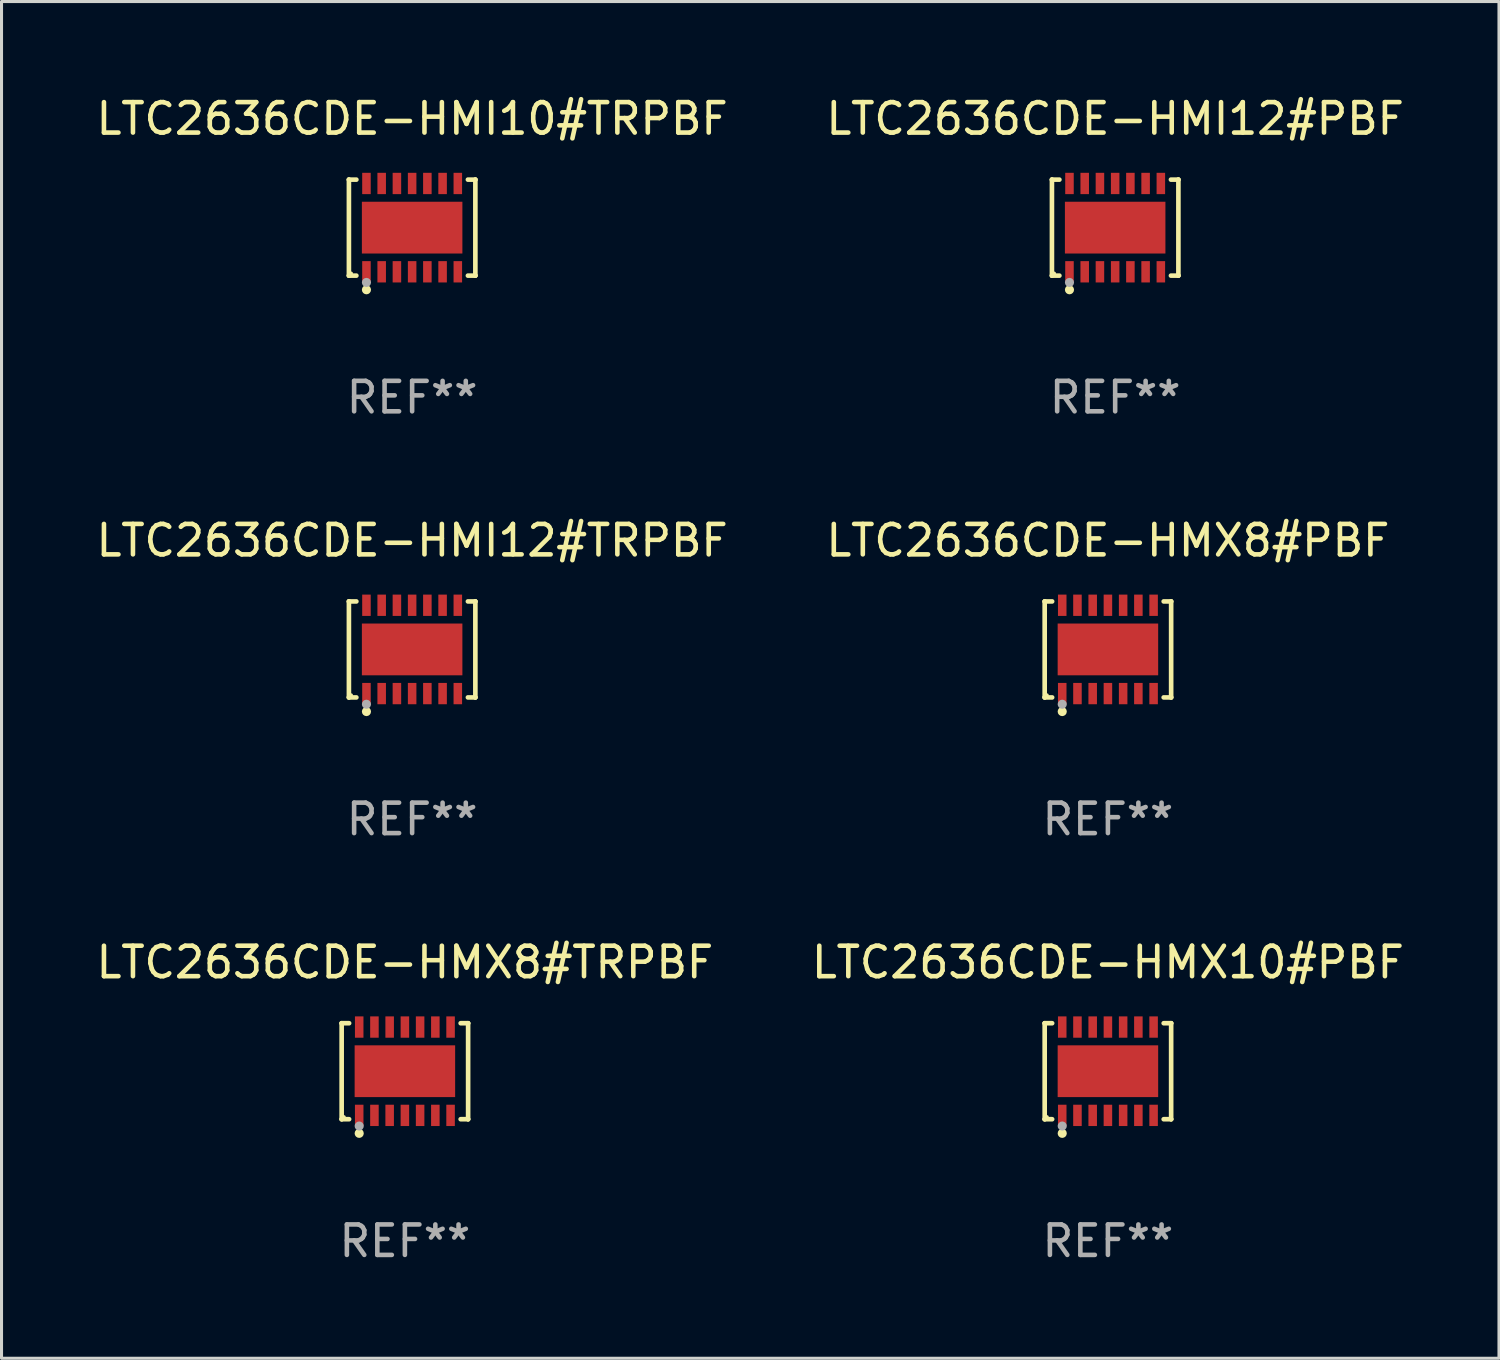
<source format=kicad_pcb>
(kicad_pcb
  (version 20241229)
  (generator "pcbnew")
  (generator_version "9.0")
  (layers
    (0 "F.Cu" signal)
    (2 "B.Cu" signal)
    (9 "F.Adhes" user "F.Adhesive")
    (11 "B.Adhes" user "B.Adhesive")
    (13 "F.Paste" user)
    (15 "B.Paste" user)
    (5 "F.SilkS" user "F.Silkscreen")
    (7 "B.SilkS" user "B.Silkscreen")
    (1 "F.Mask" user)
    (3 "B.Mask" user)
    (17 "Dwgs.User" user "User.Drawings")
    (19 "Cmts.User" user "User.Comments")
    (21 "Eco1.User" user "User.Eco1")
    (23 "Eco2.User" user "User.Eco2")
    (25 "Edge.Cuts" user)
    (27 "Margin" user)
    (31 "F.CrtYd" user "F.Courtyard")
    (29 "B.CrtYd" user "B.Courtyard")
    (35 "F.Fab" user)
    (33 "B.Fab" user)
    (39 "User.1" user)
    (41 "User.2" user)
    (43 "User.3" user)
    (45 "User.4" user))
  (footprint "LTC2636CDE-HMX8#PBF"
    (layer "F.Cu")
    (at 33.327 18.273)
    (property "Reference" "LTC2636CDE-HMX8#PBF" (at 0 -3.576 0) (layer "F.SilkS") (effects (font (size 1 1) (thickness 0.15))))
    (attr through_hole)
    (fp_line (start -2.076 -1.576) (end -2.076 -1.576) (stroke (width 0.152) (type solid)) (layer "F.SilkS"))
    (fp_line (start -2.076 -1.576) (end -1.831 -1.576) (stroke (width 0.152) (type solid)) (layer "F.SilkS"))
    (fp_line (start -2.076 1.576) (end -2.076 -1.576) (stroke (width 0.152) (type solid)) (layer "F.SilkS"))
    (fp_line (start -2.076 1.576) (end -2.076 1.576) (stroke (width 0.152) (type solid)) (layer "F.SilkS"))
    (fp_line (start -1.831 1.576) (end -2.076 1.576) (stroke (width 0.152) (type solid)) (layer "F.SilkS"))
    (fp_line (start 1.831 1.576) (end 2.076 1.576) (stroke (width 0.152) (type solid)) (layer "F.SilkS"))
    (fp_line (start 2.076 -1.576) (end 1.831 -1.576) (stroke (width 0.152) (type solid)) (layer "F.SilkS"))
    (fp_line (start 2.076 -1.576) (end 2.076 -1.576) (stroke (width 0.152) (type solid)) (layer "F.SilkS"))
    (fp_line (start 2.076 1.576) (end 2.076 -1.576) (stroke (width 0.152) (type solid)) (layer "F.SilkS"))
    (fp_line (start 2.076 1.576) (end 2.076 1.576) (stroke (width 0.152) (type solid)) (layer "F.SilkS"))
    (fp_circle (center -2 1.5) (end -1.97 1.5) (stroke (width 0.06) (type solid)) (fill no) (layer "F.SilkS"))
    (fp_circle (center -1.5 2.04) (end -1.425 2.04) (stroke (width 0.15) (type solid)) (fill no) (layer "F.SilkS"))
    (fp_circle (center -1.5 1.8) (end -1.425 1.8) (stroke (width 0.15) (type solid)) (fill no) (layer "F.Fab"))
    (fp_text user "REF**" (at 0 5.576 0) (layer "F.Fab") (effects (font (size 1 1) (thickness 0.15))))
    (pad "1" smd rect (at -1.5 1.45) (size 0.28 0.7) (layers "F.Cu" "F.Mask" "F.Paste"))
    (pad "2" smd rect (at -1 1.45) (size 0.28 0.7) (layers "F.Cu" "F.Mask" "F.Paste"))
    (pad "3" smd rect (at -0.5 1.45) (size 0.28 0.7) (layers "F.Cu" "F.Mask" "F.Paste"))
    (pad "4" smd rect (at 0 1.45) (size 0.28 0.7) (layers "F.Cu" "F.Mask" "F.Paste"))
    (pad "5" smd rect (at 0.5 1.45) (size 0.28 0.7) (layers "F.Cu" "F.Mask" "F.Paste"))
    (pad "6" smd rect (at 1 1.45) (size 0.28 0.7) (layers "F.Cu" "F.Mask" "F.Paste"))
    (pad "7" smd rect (at 1.5 1.45) (size 0.28 0.7) (layers "F.Cu" "F.Mask" "F.Paste"))
    (pad "8" smd rect (at 1.5 -1.45) (size 0.28 0.7) (layers "F.Cu" "F.Mask" "F.Paste"))
    (pad "9" smd rect (at 1 -1.45) (size 0.28 0.7) (layers "F.Cu" "F.Mask" "F.Paste"))
    (pad "10" smd rect (at 0.5 -1.45) (size 0.28 0.7) (layers "F.Cu" "F.Mask" "F.Paste"))
    (pad "11" smd rect (at 0 -1.45) (size 0.28 0.7) (layers "F.Cu" "F.Mask" "F.Paste"))
    (pad "12" smd rect (at -0.5 -1.45) (size 0.28 0.7) (layers "F.Cu" "F.Mask" "F.Paste"))
    (pad "13" smd rect (at -1 -1.45) (size 0.28 0.7) (layers "F.Cu" "F.Mask" "F.Paste"))
    (pad "14" smd rect (at -1.5 -1.45) (size 0.28 0.7) (layers "F.Cu" "F.Mask" "F.Paste"))
    (pad "15" smd rect (at 0 0) (size 3.3 1.7) (layers "F.Cu" "F.Mask" "F.Paste")))
  (footprint "LTC2636CDE-HMI12#TRPBF"
    (layer "F.Cu")
    (at 10.482 18.273)
    (property "Reference" "LTC2636CDE-HMI12#TRPBF" (at 0 -3.576 0) (layer "F.SilkS") (effects (font (size 1 1) (thickness 0.15))))
    (attr through_hole)
    (fp_line (start -2.076 -1.576) (end -2.076 -1.576) (stroke (width 0.152) (type solid)) (layer "F.SilkS"))
    (fp_line (start -2.076 -1.576) (end -1.831 -1.576) (stroke (width 0.152) (type solid)) (layer "F.SilkS"))
    (fp_line (start -2.076 1.576) (end -2.076 -1.576) (stroke (width 0.152) (type solid)) (layer "F.SilkS"))
    (fp_line (start -2.076 1.576) (end -2.076 1.576) (stroke (width 0.152) (type solid)) (layer "F.SilkS"))
    (fp_line (start -1.831 1.576) (end -2.076 1.576) (stroke (width 0.152) (type solid)) (layer "F.SilkS"))
    (fp_line (start 1.831 1.576) (end 2.076 1.576) (stroke (width 0.152) (type solid)) (layer "F.SilkS"))
    (fp_line (start 2.076 -1.576) (end 1.831 -1.576) (stroke (width 0.152) (type solid)) (layer "F.SilkS"))
    (fp_line (start 2.076 -1.576) (end 2.076 -1.576) (stroke (width 0.152) (type solid)) (layer "F.SilkS"))
    (fp_line (start 2.076 1.576) (end 2.076 -1.576) (stroke (width 0.152) (type solid)) (layer "F.SilkS"))
    (fp_line (start 2.076 1.576) (end 2.076 1.576) (stroke (width 0.152) (type solid)) (layer "F.SilkS"))
    (fp_circle (center -2 1.5) (end -1.97 1.5) (stroke (width 0.06) (type solid)) (fill no) (layer "F.SilkS"))
    (fp_circle (center -1.5 2.04) (end -1.425 2.04) (stroke (width 0.15) (type solid)) (fill no) (layer "F.SilkS"))
    (fp_circle (center -1.5 1.8) (end -1.425 1.8) (stroke (width 0.15) (type solid)) (fill no) (layer "F.Fab"))
    (fp_text user "REF**" (at 0 5.576 0) (layer "F.Fab") (effects (font (size 1 1) (thickness 0.15))))
    (pad "1" smd rect (at -1.5 1.45) (size 0.28 0.7) (layers "F.Cu" "F.Mask" "F.Paste"))
    (pad "2" smd rect (at -1 1.45) (size 0.28 0.7) (layers "F.Cu" "F.Mask" "F.Paste"))
    (pad "3" smd rect (at -0.5 1.45) (size 0.28 0.7) (layers "F.Cu" "F.Mask" "F.Paste"))
    (pad "4" smd rect (at 0 1.45) (size 0.28 0.7) (layers "F.Cu" "F.Mask" "F.Paste"))
    (pad "5" smd rect (at 0.5 1.45) (size 0.28 0.7) (layers "F.Cu" "F.Mask" "F.Paste"))
    (pad "6" smd rect (at 1 1.45) (size 0.28 0.7) (layers "F.Cu" "F.Mask" "F.Paste"))
    (pad "7" smd rect (at 1.5 1.45) (size 0.28 0.7) (layers "F.Cu" "F.Mask" "F.Paste"))
    (pad "8" smd rect (at 1.5 -1.45) (size 0.28 0.7) (layers "F.Cu" "F.Mask" "F.Paste"))
    (pad "9" smd rect (at 1 -1.45) (size 0.28 0.7) (layers "F.Cu" "F.Mask" "F.Paste"))
    (pad "10" smd rect (at 0.5 -1.45) (size 0.28 0.7) (layers "F.Cu" "F.Mask" "F.Paste"))
    (pad "11" smd rect (at 0 -1.45) (size 0.28 0.7) (layers "F.Cu" "F.Mask" "F.Paste"))
    (pad "12" smd rect (at -0.5 -1.45) (size 0.28 0.7) (layers "F.Cu" "F.Mask" "F.Paste"))
    (pad "13" smd rect (at -1 -1.45) (size 0.28 0.7) (layers "F.Cu" "F.Mask" "F.Paste"))
    (pad "14" smd rect (at -1.5 -1.45) (size 0.28 0.7) (layers "F.Cu" "F.Mask" "F.Paste"))
    (pad "15" smd rect (at 0 0) (size 3.3 1.7) (layers "F.Cu" "F.Mask" "F.Paste")))
  (footprint "LTC2636CDE-HMI12#PBF"
    (layer "F.Cu")
    (at 33.565 4.424)
    (property "Reference" "LTC2636CDE-HMI12#PBF" (at 0 -3.576 0) (layer "F.SilkS") (effects (font (size 1 1) (thickness 0.15))))
    (attr through_hole)
    (fp_line (start -2.076 -1.576) (end -2.076 -1.576) (stroke (width 0.152) (type solid)) (layer "F.SilkS"))
    (fp_line (start -2.076 -1.576) (end -1.831 -1.576) (stroke (width 0.152) (type solid)) (layer "F.SilkS"))
    (fp_line (start -2.076 1.576) (end -2.076 -1.576) (stroke (width 0.152) (type solid)) (layer "F.SilkS"))
    (fp_line (start -2.076 1.576) (end -2.076 1.576) (stroke (width 0.152) (type solid)) (layer "F.SilkS"))
    (fp_line (start -1.831 1.576) (end -2.076 1.576) (stroke (width 0.152) (type solid)) (layer "F.SilkS"))
    (fp_line (start 1.831 1.576) (end 2.076 1.576) (stroke (width 0.152) (type solid)) (layer "F.SilkS"))
    (fp_line (start 2.076 -1.576) (end 1.831 -1.576) (stroke (width 0.152) (type solid)) (layer "F.SilkS"))
    (fp_line (start 2.076 -1.576) (end 2.076 -1.576) (stroke (width 0.152) (type solid)) (layer "F.SilkS"))
    (fp_line (start 2.076 1.576) (end 2.076 -1.576) (stroke (width 0.152) (type solid)) (layer "F.SilkS"))
    (fp_line (start 2.076 1.576) (end 2.076 1.576) (stroke (width 0.152) (type solid)) (layer "F.SilkS"))
    (fp_circle (center -2 1.5) (end -1.97 1.5) (stroke (width 0.06) (type solid)) (fill no) (layer "F.SilkS"))
    (fp_circle (center -1.5 2.04) (end -1.425 2.04) (stroke (width 0.15) (type solid)) (fill no) (layer "F.SilkS"))
    (fp_circle (center -1.5 1.8) (end -1.425 1.8) (stroke (width 0.15) (type solid)) (fill no) (layer "F.Fab"))
    (fp_text user "REF**" (at 0 5.576 0) (layer "F.Fab") (effects (font (size 1 1) (thickness 0.15))))
    (pad "1" smd rect (at -1.5 1.45) (size 0.28 0.7) (layers "F.Cu" "F.Mask" "F.Paste"))
    (pad "2" smd rect (at -1 1.45) (size 0.28 0.7) (layers "F.Cu" "F.Mask" "F.Paste"))
    (pad "3" smd rect (at -0.5 1.45) (size 0.28 0.7) (layers "F.Cu" "F.Mask" "F.Paste"))
    (pad "4" smd rect (at 0 1.45) (size 0.28 0.7) (layers "F.Cu" "F.Mask" "F.Paste"))
    (pad "5" smd rect (at 0.5 1.45) (size 0.28 0.7) (layers "F.Cu" "F.Mask" "F.Paste"))
    (pad "6" smd rect (at 1 1.45) (size 0.28 0.7) (layers "F.Cu" "F.Mask" "F.Paste"))
    (pad "7" smd rect (at 1.5 1.45) (size 0.28 0.7) (layers "F.Cu" "F.Mask" "F.Paste"))
    (pad "8" smd rect (at 1.5 -1.45) (size 0.28 0.7) (layers "F.Cu" "F.Mask" "F.Paste"))
    (pad "9" smd rect (at 1 -1.45) (size 0.28 0.7) (layers "F.Cu" "F.Mask" "F.Paste"))
    (pad "10" smd rect (at 0.5 -1.45) (size 0.28 0.7) (layers "F.Cu" "F.Mask" "F.Paste"))
    (pad "11" smd rect (at 0 -1.45) (size 0.28 0.7) (layers "F.Cu" "F.Mask" "F.Paste"))
    (pad "12" smd rect (at -0.5 -1.45) (size 0.28 0.7) (layers "F.Cu" "F.Mask" "F.Paste"))
    (pad "13" smd rect (at -1 -1.45) (size 0.28 0.7) (layers "F.Cu" "F.Mask" "F.Paste"))
    (pad "14" smd rect (at -1.5 -1.45) (size 0.28 0.7) (layers "F.Cu" "F.Mask" "F.Paste"))
    (pad "15" smd rect (at 0 0) (size 3.3 1.7) (layers "F.Cu" "F.Mask" "F.Paste")))
  (footprint "LTC2636CDE-HMI10#TRPBF"
    (layer "F.Cu")
    (at 10.482 4.424)
    (property "Reference" "LTC2636CDE-HMI10#TRPBF" (at 0 -3.576 0) (layer "F.SilkS") (effects (font (size 1 1) (thickness 0.15))))
    (attr through_hole)
    (fp_line (start -2.076 -1.576) (end -2.076 -1.576) (stroke (width 0.152) (type solid)) (layer "F.SilkS"))
    (fp_line (start -2.076 -1.576) (end -1.831 -1.576) (stroke (width 0.152) (type solid)) (layer "F.SilkS"))
    (fp_line (start -2.076 1.576) (end -2.076 -1.576) (stroke (width 0.152) (type solid)) (layer "F.SilkS"))
    (fp_line (start -2.076 1.576) (end -2.076 1.576) (stroke (width 0.152) (type solid)) (layer "F.SilkS"))
    (fp_line (start -1.831 1.576) (end -2.076 1.576) (stroke (width 0.152) (type solid)) (layer "F.SilkS"))
    (fp_line (start 1.831 1.576) (end 2.076 1.576) (stroke (width 0.152) (type solid)) (layer "F.SilkS"))
    (fp_line (start 2.076 -1.576) (end 1.831 -1.576) (stroke (width 0.152) (type solid)) (layer "F.SilkS"))
    (fp_line (start 2.076 -1.576) (end 2.076 -1.576) (stroke (width 0.152) (type solid)) (layer "F.SilkS"))
    (fp_line (start 2.076 1.576) (end 2.076 -1.576) (stroke (width 0.152) (type solid)) (layer "F.SilkS"))
    (fp_line (start 2.076 1.576) (end 2.076 1.576) (stroke (width 0.152) (type solid)) (layer "F.SilkS"))
    (fp_circle (center -2 1.5) (end -1.97 1.5) (stroke (width 0.06) (type solid)) (fill no) (layer "F.SilkS"))
    (fp_circle (center -1.5 2.04) (end -1.425 2.04) (stroke (width 0.15) (type solid)) (fill no) (layer "F.SilkS"))
    (fp_circle (center -1.5 1.8) (end -1.425 1.8) (stroke (width 0.15) (type solid)) (fill no) (layer "F.Fab"))
    (fp_text user "REF**" (at 0 5.576 0) (layer "F.Fab") (effects (font (size 1 1) (thickness 0.15))))
    (pad "1" smd rect (at -1.5 1.45) (size 0.28 0.7) (layers "F.Cu" "F.Mask" "F.Paste"))
    (pad "2" smd rect (at -1 1.45) (size 0.28 0.7) (layers "F.Cu" "F.Mask" "F.Paste"))
    (pad "3" smd rect (at -0.5 1.45) (size 0.28 0.7) (layers "F.Cu" "F.Mask" "F.Paste"))
    (pad "4" smd rect (at 0 1.45) (size 0.28 0.7) (layers "F.Cu" "F.Mask" "F.Paste"))
    (pad "5" smd rect (at 0.5 1.45) (size 0.28 0.7) (layers "F.Cu" "F.Mask" "F.Paste"))
    (pad "6" smd rect (at 1 1.45) (size 0.28 0.7) (layers "F.Cu" "F.Mask" "F.Paste"))
    (pad "7" smd rect (at 1.5 1.45) (size 0.28 0.7) (layers "F.Cu" "F.Mask" "F.Paste"))
    (pad "8" smd rect (at 1.5 -1.45) (size 0.28 0.7) (layers "F.Cu" "F.Mask" "F.Paste"))
    (pad "9" smd rect (at 1 -1.45) (size 0.28 0.7) (layers "F.Cu" "F.Mask" "F.Paste"))
    (pad "10" smd rect (at 0.5 -1.45) (size 0.28 0.7) (layers "F.Cu" "F.Mask" "F.Paste"))
    (pad "11" smd rect (at 0 -1.45) (size 0.28 0.7) (layers "F.Cu" "F.Mask" "F.Paste"))
    (pad "12" smd rect (at -0.5 -1.45) (size 0.28 0.7) (layers "F.Cu" "F.Mask" "F.Paste"))
    (pad "13" smd rect (at -1 -1.45) (size 0.28 0.7) (layers "F.Cu" "F.Mask" "F.Paste"))
    (pad "14" smd rect (at -1.5 -1.45) (size 0.28 0.7) (layers "F.Cu" "F.Mask" "F.Paste"))
    (pad "15" smd rect (at 0 0) (size 3.3 1.7) (layers "F.Cu" "F.Mask" "F.Paste")))
  (footprint "LTC2636CDE-HMX10#PBF"
    (layer "F.Cu")
    (at 33.327 32.122)
    (property "Reference" "LTC2636CDE-HMX10#PBF" (at 0 -3.576 0) (layer "F.SilkS") (effects (font (size 1 1) (thickness 0.15))))
    (attr through_hole)
    (fp_line (start -2.076 -1.576) (end -2.076 -1.576) (stroke (width 0.152) (type solid)) (layer "F.SilkS"))
    (fp_line (start -2.076 -1.576) (end -1.831 -1.576) (stroke (width 0.152) (type solid)) (layer "F.SilkS"))
    (fp_line (start -2.076 1.576) (end -2.076 -1.576) (stroke (width 0.152) (type solid)) (layer "F.SilkS"))
    (fp_line (start -2.076 1.576) (end -2.076 1.576) (stroke (width 0.152) (type solid)) (layer "F.SilkS"))
    (fp_line (start -1.831 1.576) (end -2.076 1.576) (stroke (width 0.152) (type solid)) (layer "F.SilkS"))
    (fp_line (start 1.831 1.576) (end 2.076 1.576) (stroke (width 0.152) (type solid)) (layer "F.SilkS"))
    (fp_line (start 2.076 -1.576) (end 1.831 -1.576) (stroke (width 0.152) (type solid)) (layer "F.SilkS"))
    (fp_line (start 2.076 -1.576) (end 2.076 -1.576) (stroke (width 0.152) (type solid)) (layer "F.SilkS"))
    (fp_line (start 2.076 1.576) (end 2.076 -1.576) (stroke (width 0.152) (type solid)) (layer "F.SilkS"))
    (fp_line (start 2.076 1.576) (end 2.076 1.576) (stroke (width 0.152) (type solid)) (layer "F.SilkS"))
    (fp_circle (center -2 1.5) (end -1.97 1.5) (stroke (width 0.06) (type solid)) (fill no) (layer "F.SilkS"))
    (fp_circle (center -1.5 2.04) (end -1.425 2.04) (stroke (width 0.15) (type solid)) (fill no) (layer "F.SilkS"))
    (fp_circle (center -1.5 1.8) (end -1.425 1.8) (stroke (width 0.15) (type solid)) (fill no) (layer "F.Fab"))
    (fp_text user "REF**" (at 0 5.576 0) (layer "F.Fab") (effects (font (size 1 1) (thickness 0.15))))
    (pad "1" smd rect (at -1.5 1.45) (size 0.28 0.7) (layers "F.Cu" "F.Mask" "F.Paste"))
    (pad "2" smd rect (at -1 1.45) (size 0.28 0.7) (layers "F.Cu" "F.Mask" "F.Paste"))
    (pad "3" smd rect (at -0.5 1.45) (size 0.28 0.7) (layers "F.Cu" "F.Mask" "F.Paste"))
    (pad "4" smd rect (at 0 1.45) (size 0.28 0.7) (layers "F.Cu" "F.Mask" "F.Paste"))
    (pad "5" smd rect (at 0.5 1.45) (size 0.28 0.7) (layers "F.Cu" "F.Mask" "F.Paste"))
    (pad "6" smd rect (at 1 1.45) (size 0.28 0.7) (layers "F.Cu" "F.Mask" "F.Paste"))
    (pad "7" smd rect (at 1.5 1.45) (size 0.28 0.7) (layers "F.Cu" "F.Mask" "F.Paste"))
    (pad "8" smd rect (at 1.5 -1.45) (size 0.28 0.7) (layers "F.Cu" "F.Mask" "F.Paste"))
    (pad "9" smd rect (at 1 -1.45) (size 0.28 0.7) (layers "F.Cu" "F.Mask" "F.Paste"))
    (pad "10" smd rect (at 0.5 -1.45) (size 0.28 0.7) (layers "F.Cu" "F.Mask" "F.Paste"))
    (pad "11" smd rect (at 0 -1.45) (size 0.28 0.7) (layers "F.Cu" "F.Mask" "F.Paste"))
    (pad "12" smd rect (at -0.5 -1.45) (size 0.28 0.7) (layers "F.Cu" "F.Mask" "F.Paste"))
    (pad "13" smd rect (at -1 -1.45) (size 0.28 0.7) (layers "F.Cu" "F.Mask" "F.Paste"))
    (pad "14" smd rect (at -1.5 -1.45) (size 0.28 0.7) (layers "F.Cu" "F.Mask" "F.Paste"))
    (pad "15" smd rect (at 0 0) (size 3.3 1.7) (layers "F.Cu" "F.Mask" "F.Paste")))
  (footprint "LTC2636CDE-HMX8#TRPBF"
    (layer "F.Cu")
    (at 10.244 32.122)
    (property "Reference" "LTC2636CDE-HMX8#TRPBF" (at 0 -3.576 0) (layer "F.SilkS") (effects (font (size 1 1) (thickness 0.15))))
    (attr through_hole)
    (fp_line (start -2.076 -1.576) (end -2.076 -1.576) (stroke (width 0.152) (type solid)) (layer "F.SilkS"))
    (fp_line (start -2.076 -1.576) (end -1.831 -1.576) (stroke (width 0.152) (type solid)) (layer "F.SilkS"))
    (fp_line (start -2.076 1.576) (end -2.076 -1.576) (stroke (width 0.152) (type solid)) (layer "F.SilkS"))
    (fp_line (start -2.076 1.576) (end -2.076 1.576) (stroke (width 0.152) (type solid)) (layer "F.SilkS"))
    (fp_line (start -1.831 1.576) (end -2.076 1.576) (stroke (width 0.152) (type solid)) (layer "F.SilkS"))
    (fp_line (start 1.831 1.576) (end 2.076 1.576) (stroke (width 0.152) (type solid)) (layer "F.SilkS"))
    (fp_line (start 2.076 -1.576) (end 1.831 -1.576) (stroke (width 0.152) (type solid)) (layer "F.SilkS"))
    (fp_line (start 2.076 -1.576) (end 2.076 -1.576) (stroke (width 0.152) (type solid)) (layer "F.SilkS"))
    (fp_line (start 2.076 1.576) (end 2.076 -1.576) (stroke (width 0.152) (type solid)) (layer "F.SilkS"))
    (fp_line (start 2.076 1.576) (end 2.076 1.576) (stroke (width 0.152) (type solid)) (layer "F.SilkS"))
    (fp_circle (center -2 1.5) (end -1.97 1.5) (stroke (width 0.06) (type solid)) (fill no) (layer "F.SilkS"))
    (fp_circle (center -1.5 2.04) (end -1.425 2.04) (stroke (width 0.15) (type solid)) (fill no) (layer "F.SilkS"))
    (fp_circle (center -1.5 1.8) (end -1.425 1.8) (stroke (width 0.15) (type solid)) (fill no) (layer "F.Fab"))
    (fp_text user "REF**" (at 0 5.576 0) (layer "F.Fab") (effects (font (size 1 1) (thickness 0.15))))
    (pad "1" smd rect (at -1.5 1.45) (size 0.28 0.7) (layers "F.Cu" "F.Mask" "F.Paste"))
    (pad "2" smd rect (at -1 1.45) (size 0.28 0.7) (layers "F.Cu" "F.Mask" "F.Paste"))
    (pad "3" smd rect (at -0.5 1.45) (size 0.28 0.7) (layers "F.Cu" "F.Mask" "F.Paste"))
    (pad "4" smd rect (at 0 1.45) (size 0.28 0.7) (layers "F.Cu" "F.Mask" "F.Paste"))
    (pad "5" smd rect (at 0.5 1.45) (size 0.28 0.7) (layers "F.Cu" "F.Mask" "F.Paste"))
    (pad "6" smd rect (at 1 1.45) (size 0.28 0.7) (layers "F.Cu" "F.Mask" "F.Paste"))
    (pad "7" smd rect (at 1.5 1.45) (size 0.28 0.7) (layers "F.Cu" "F.Mask" "F.Paste"))
    (pad "8" smd rect (at 1.5 -1.45) (size 0.28 0.7) (layers "F.Cu" "F.Mask" "F.Paste"))
    (pad "9" smd rect (at 1 -1.45) (size 0.28 0.7) (layers "F.Cu" "F.Mask" "F.Paste"))
    (pad "10" smd rect (at 0.5 -1.45) (size 0.28 0.7) (layers "F.Cu" "F.Mask" "F.Paste"))
    (pad "11" smd rect (at 0 -1.45) (size 0.28 0.7) (layers "F.Cu" "F.Mask" "F.Paste"))
    (pad "12" smd rect (at -0.5 -1.45) (size 0.28 0.7) (layers "F.Cu" "F.Mask" "F.Paste"))
    (pad "13" smd rect (at -1 -1.45) (size 0.28 0.7) (layers "F.Cu" "F.Mask" "F.Paste"))
    (pad "14" smd rect (at -1.5 -1.45) (size 0.28 0.7) (layers "F.Cu" "F.Mask" "F.Paste"))
    (pad "15" smd rect (at 0 0) (size 3.3 1.7) (layers "F.Cu" "F.Mask" "F.Paste")))
  (gr_rect
    (start -3 -3)
    (end 46.167 41.547)
    (stroke (width 0.1) (type default))
    (fill no)
    (layer "Edge.Cuts")))
</source>
